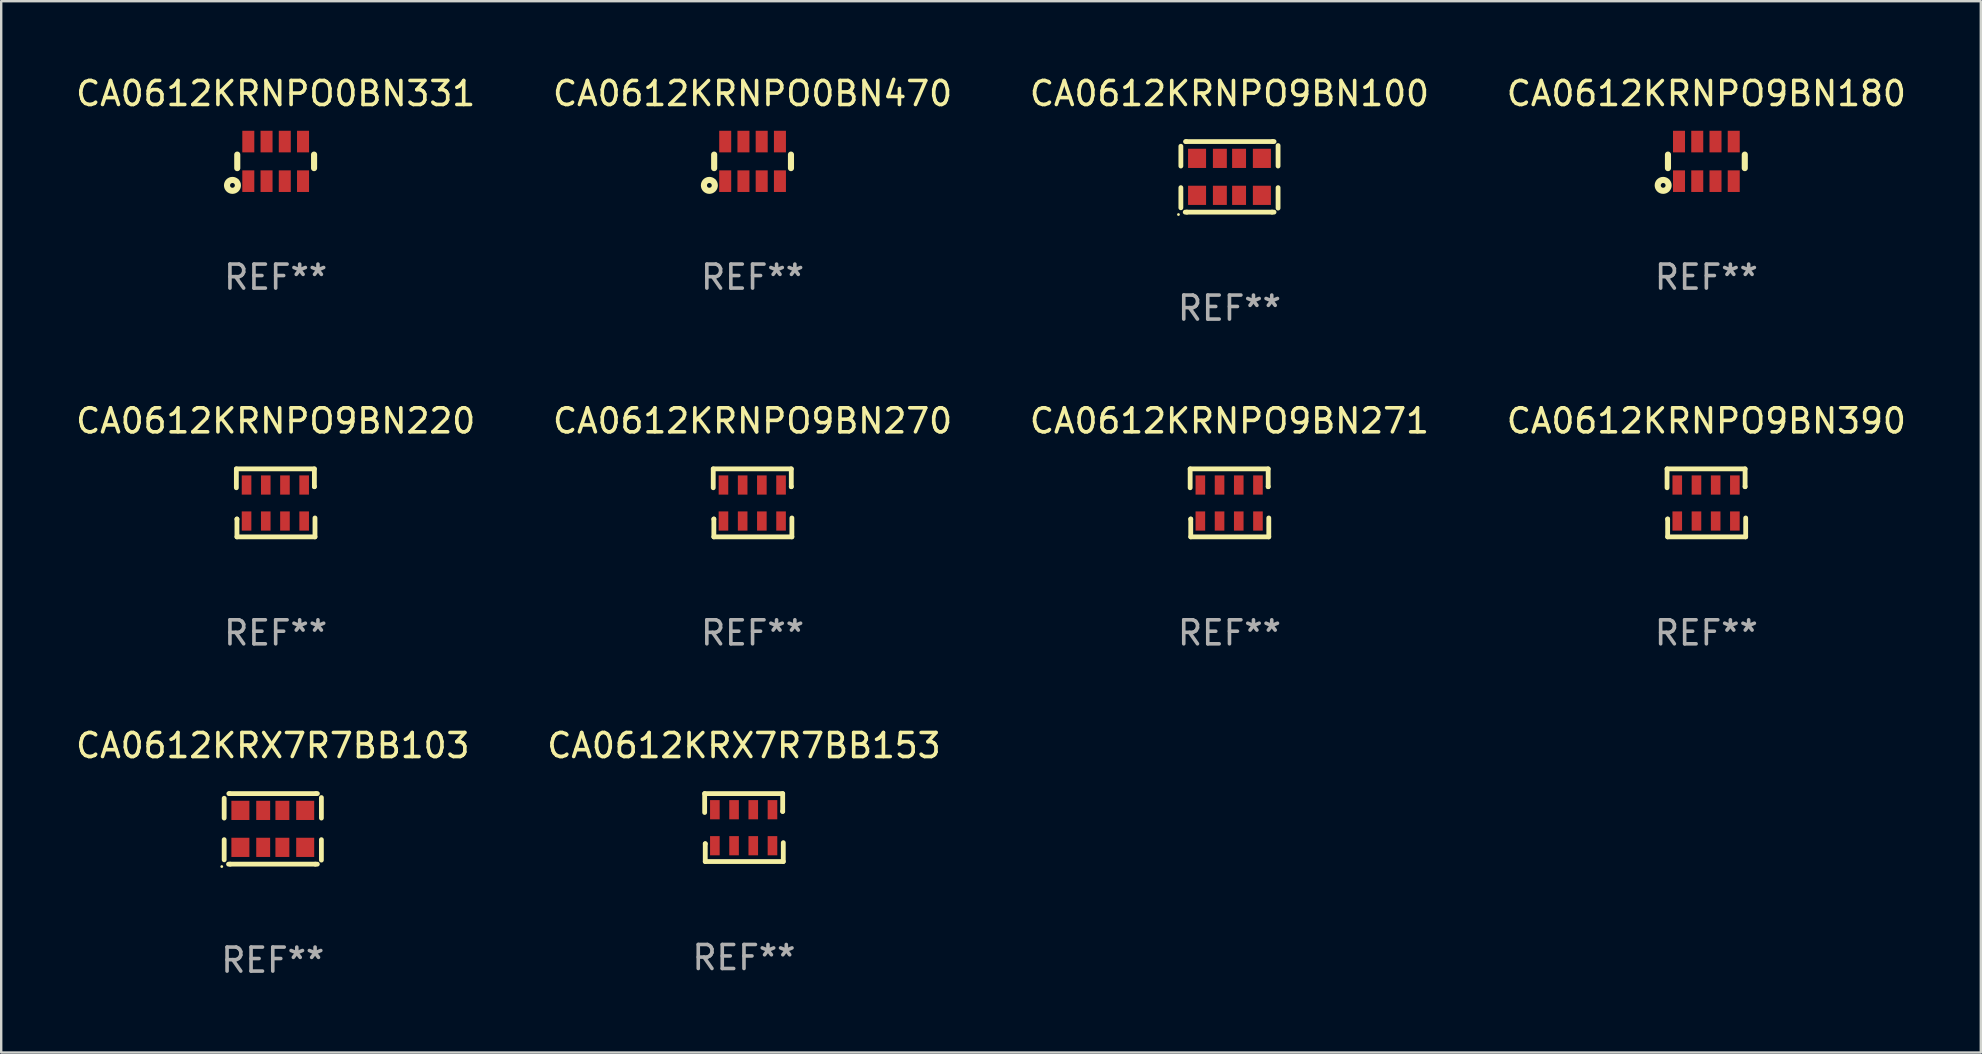
<source format=kicad_pcb>
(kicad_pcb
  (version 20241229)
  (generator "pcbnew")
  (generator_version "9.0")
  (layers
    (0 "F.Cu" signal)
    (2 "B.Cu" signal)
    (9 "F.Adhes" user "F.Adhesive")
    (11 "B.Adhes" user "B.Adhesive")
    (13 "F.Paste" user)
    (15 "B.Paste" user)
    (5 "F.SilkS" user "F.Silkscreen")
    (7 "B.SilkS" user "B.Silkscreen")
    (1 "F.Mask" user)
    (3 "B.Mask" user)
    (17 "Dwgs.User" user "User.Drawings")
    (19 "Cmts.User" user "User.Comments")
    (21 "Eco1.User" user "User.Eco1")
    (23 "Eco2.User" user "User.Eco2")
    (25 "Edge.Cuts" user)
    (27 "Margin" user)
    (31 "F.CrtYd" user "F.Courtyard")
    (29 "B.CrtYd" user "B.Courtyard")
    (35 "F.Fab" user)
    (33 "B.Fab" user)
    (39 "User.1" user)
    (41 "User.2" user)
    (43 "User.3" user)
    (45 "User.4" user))
  (footprint "CA0612KRNPO9BN220"
    (layer "F.Cu")
    (at 8.435 17.901)
    (property "Reference" "CA0612KRNPO9BN220" (at 0 -3.416 0) (layer "F.SilkS") (effects (font (size 1 1) (thickness 0.15))))
    (attr through_hole)
    (fp_line (start -1.638 -1.416) (end 1.613 -1.416) (stroke (width 0.2) (type solid)) (layer "F.SilkS"))
    (fp_line (start -1.638 -0.629) (end -1.638 -1.416) (stroke (width 0.2) (type solid)) (layer "F.SilkS"))
    (fp_line (start -1.613 0.673) (end -1.613 0.68) (stroke (width 0.2) (type solid)) (layer "F.SilkS"))
    (fp_line (start -1.613 1.416) (end -1.613 0.673) (stroke (width 0.2) (type solid)) (layer "F.SilkS"))
    (fp_line (start 1.613 -1.416) (end 1.613 -0.673) (stroke (width 0.2) (type solid)) (layer "F.SilkS"))
    (fp_line (start 1.613 -0.673) (end 1.613 -0.68) (stroke (width 0.2) (type solid)) (layer "F.SilkS"))
    (fp_line (start 1.638 0.629) (end 1.638 1.416) (stroke (width 0.2) (type solid)) (layer "F.SilkS"))
    (fp_line (start 1.638 1.416) (end -1.613 1.416) (stroke (width 0.2) (type solid)) (layer "F.SilkS"))
    (fp_circle (center -1.613 0.806) (end -1.583 0.806) (stroke (width 0.06) (type solid)) (fill no) (layer "F.SilkS"))
    (fp_text user "REF**" (at 0 5.416 0) (layer "F.Fab") (effects (font (size 1 1) (thickness 0.15))))
    (pad "1" smd rect (at -1.213 0.756 90) (size 0.8 0.4) (layers "F.Cu" "F.Mask" "F.Paste"))
    (pad "2" smd rect (at -0.413 0.756 90) (size 0.8 0.4) (layers "F.Cu" "F.Mask" "F.Paste"))
    (pad "3" smd rect (at 0.387 0.756 90) (size 0.8 0.4) (layers "F.Cu" "F.Mask" "F.Paste"))
    (pad "4" smd rect (at 1.187 0.756 90) (size 0.8 0.4) (layers "F.Cu" "F.Mask" "F.Paste"))
    (pad "5" smd rect (at 1.187 -0.744 90) (size 0.8 0.4) (layers "F.Cu" "F.Mask" "F.Paste"))
    (pad "6" smd rect (at 0.387 -0.744 90) (size 0.8 0.4) (layers "F.Cu" "F.Mask" "F.Paste"))
    (pad "7" smd rect (at -0.413 -0.744 90) (size 0.8 0.4) (layers "F.Cu" "F.Mask" "F.Paste"))
    (pad "8" smd rect (at -1.213 -0.744 90) (size 0.8 0.4) (layers "F.Cu" "F.Mask" "F.Paste")))
  (footprint "CA0612KRNPO0BN470"
    (layer "F.Cu")
    (at 28.304 3.673)
    (property "Reference" "CA0612KRNPO0BN470" (at 0 -2.825 0) (layer "F.SilkS") (effects (font (size 1 1) (thickness 0.15))))
    (attr through_hole)
    (fp_line (start -1.6 -0.282) (end -1.6 0.282) (stroke (width 0.254) (type solid)) (layer "F.SilkS"))
    (fp_line (start 1.6 -0.282) (end 1.6 0.282) (stroke (width 0.254) (type solid)) (layer "F.SilkS"))
    (fp_circle (center -1.8 1) (end -1.7 1) (stroke (width 0.254) (type solid)) (fill no) (layer "F.SilkS"))
    (fp_circle (center -1.6 0.8) (end -1.57 0.8) (stroke (width 0.06) (type solid)) (fill no) (layer "F.SilkS"))
    (fp_text user "REF**" (at 0 4.825 0) (layer "F.Fab") (effects (font (size 1 1) (thickness 0.15))))
    (pad "1" smd rect (at -1.14 0.825 90) (size 0.9 0.5) (layers "F.Cu" "F.Mask" "F.Paste"))
    (pad "2" smd rect (at -0.38 0.825 90) (size 0.9 0.5) (layers "F.Cu" "F.Mask" "F.Paste"))
    (pad "3" smd rect (at 0.38 0.825 90) (size 0.9 0.5) (layers "F.Cu" "F.Mask" "F.Paste"))
    (pad "4" smd rect (at 1.14 0.825 90) (size 0.9 0.5) (layers "F.Cu" "F.Mask" "F.Paste"))
    (pad "5" smd rect (at 1.14 -0.825 90) (size 0.9 0.5) (layers "F.Cu" "F.Mask" "F.Paste"))
    (pad "6" smd rect (at 0.38 -0.825 90) (size 0.9 0.5) (layers "F.Cu" "F.Mask" "F.Paste"))
    (pad "7" smd rect (at -0.38 -0.825 90) (size 0.9 0.5) (layers "F.Cu" "F.Mask" "F.Paste"))
    (pad "8" smd rect (at -1.14 -0.825 90) (size 0.9 0.5) (layers "F.Cu" "F.Mask" "F.Paste")))
  (footprint "CA0612KRNPO0BN331"
    (layer "F.Cu")
    (at 8.435 3.673)
    (property "Reference" "CA0612KRNPO0BN331" (at 0 -2.825 0) (layer "F.SilkS") (effects (font (size 1 1) (thickness 0.15))))
    (attr through_hole)
    (fp_line (start -1.6 -0.282) (end -1.6 0.282) (stroke (width 0.254) (type solid)) (layer "F.SilkS"))
    (fp_line (start 1.6 -0.282) (end 1.6 0.282) (stroke (width 0.254) (type solid)) (layer "F.SilkS"))
    (fp_circle (center -1.8 1) (end -1.7 1) (stroke (width 0.254) (type solid)) (fill no) (layer "F.SilkS"))
    (fp_circle (center -1.6 0.8) (end -1.57 0.8) (stroke (width 0.06) (type solid)) (fill no) (layer "F.SilkS"))
    (fp_text user "REF**" (at 0 4.825 0) (layer "F.Fab") (effects (font (size 1 1) (thickness 0.15))))
    (pad "1" smd rect (at -1.14 0.825 90) (size 0.9 0.5) (layers "F.Cu" "F.Mask" "F.Paste"))
    (pad "2" smd rect (at -0.38 0.825 90) (size 0.9 0.5) (layers "F.Cu" "F.Mask" "F.Paste"))
    (pad "3" smd rect (at 0.38 0.825 90) (size 0.9 0.5) (layers "F.Cu" "F.Mask" "F.Paste"))
    (pad "4" smd rect (at 1.14 0.825 90) (size 0.9 0.5) (layers "F.Cu" "F.Mask" "F.Paste"))
    (pad "5" smd rect (at 1.14 -0.825 90) (size 0.9 0.5) (layers "F.Cu" "F.Mask" "F.Paste"))
    (pad "6" smd rect (at 0.38 -0.825 90) (size 0.9 0.5) (layers "F.Cu" "F.Mask" "F.Paste"))
    (pad "7" smd rect (at -0.38 -0.825 90) (size 0.9 0.5) (layers "F.Cu" "F.Mask" "F.Paste"))
    (pad "8" smd rect (at -1.14 -0.825 90) (size 0.9 0.5) (layers "F.Cu" "F.Mask" "F.Paste")))
  (footprint "CA0612KRX7R7BB153"
    (layer "F.Cu")
    (at 27.946 31.429)
    (property "Reference" "CA0612KRX7R7BB153" (at 0 -3.416 0) (layer "F.SilkS") (effects (font (size 1 1) (thickness 0.15))))
    (attr through_hole)
    (fp_line (start -1.638 -1.416) (end 1.613 -1.416) (stroke (width 0.2) (type solid)) (layer "F.SilkS"))
    (fp_line (start -1.638 -0.629) (end -1.638 -1.416) (stroke (width 0.2) (type solid)) (layer "F.SilkS"))
    (fp_line (start -1.613 0.673) (end -1.613 0.68) (stroke (width 0.2) (type solid)) (layer "F.SilkS"))
    (fp_line (start -1.613 1.416) (end -1.613 0.673) (stroke (width 0.2) (type solid)) (layer "F.SilkS"))
    (fp_line (start 1.613 -1.416) (end 1.613 -0.673) (stroke (width 0.2) (type solid)) (layer "F.SilkS"))
    (fp_line (start 1.613 -0.673) (end 1.613 -0.68) (stroke (width 0.2) (type solid)) (layer "F.SilkS"))
    (fp_line (start 1.638 0.629) (end 1.638 1.416) (stroke (width 0.2) (type solid)) (layer "F.SilkS"))
    (fp_line (start 1.638 1.416) (end -1.613 1.416) (stroke (width 0.2) (type solid)) (layer "F.SilkS"))
    (fp_circle (center -1.613 0.806) (end -1.583 0.806) (stroke (width 0.06) (type solid)) (fill no) (layer "F.SilkS"))
    (fp_text user "REF**" (at 0 5.416 0) (layer "F.Fab") (effects (font (size 1 1) (thickness 0.15))))
    (pad "1" smd rect (at -1.213 0.756 90) (size 0.8 0.4) (layers "F.Cu" "F.Mask" "F.Paste"))
    (pad "2" smd rect (at -0.413 0.756 90) (size 0.8 0.4) (layers "F.Cu" "F.Mask" "F.Paste"))
    (pad "3" smd rect (at 0.387 0.756 90) (size 0.8 0.4) (layers "F.Cu" "F.Mask" "F.Paste"))
    (pad "4" smd rect (at 1.187 0.756 90) (size 0.8 0.4) (layers "F.Cu" "F.Mask" "F.Paste"))
    (pad "5" smd rect (at 1.187 -0.744 90) (size 0.8 0.4) (layers "F.Cu" "F.Mask" "F.Paste"))
    (pad "6" smd rect (at 0.387 -0.744 90) (size 0.8 0.4) (layers "F.Cu" "F.Mask" "F.Paste"))
    (pad "7" smd rect (at -0.413 -0.744 90) (size 0.8 0.4) (layers "F.Cu" "F.Mask" "F.Paste"))
    (pad "8" smd rect (at -1.213 -0.744 90) (size 0.8 0.4) (layers "F.Cu" "F.Mask" "F.Paste")))
  (footprint "CA0612KRNPO9BN390"
    (layer "F.Cu")
    (at 68.042 17.901)
    (property "Reference" "CA0612KRNPO9BN390" (at 0 -3.416 0) (layer "F.SilkS") (effects (font (size 1 1) (thickness 0.15))))
    (attr through_hole)
    (fp_line (start -1.638 -1.416) (end 1.613 -1.416) (stroke (width 0.2) (type solid)) (layer "F.SilkS"))
    (fp_line (start -1.638 -0.629) (end -1.638 -1.416) (stroke (width 0.2) (type solid)) (layer "F.SilkS"))
    (fp_line (start -1.613 0.673) (end -1.613 0.68) (stroke (width 0.2) (type solid)) (layer "F.SilkS"))
    (fp_line (start -1.613 1.416) (end -1.613 0.673) (stroke (width 0.2) (type solid)) (layer "F.SilkS"))
    (fp_line (start 1.613 -1.416) (end 1.613 -0.673) (stroke (width 0.2) (type solid)) (layer "F.SilkS"))
    (fp_line (start 1.613 -0.673) (end 1.613 -0.68) (stroke (width 0.2) (type solid)) (layer "F.SilkS"))
    (fp_line (start 1.638 0.629) (end 1.638 1.416) (stroke (width 0.2) (type solid)) (layer "F.SilkS"))
    (fp_line (start 1.638 1.416) (end -1.613 1.416) (stroke (width 0.2) (type solid)) (layer "F.SilkS"))
    (fp_circle (center -1.613 0.806) (end -1.583 0.806) (stroke (width 0.06) (type solid)) (fill no) (layer "F.SilkS"))
    (fp_text user "REF**" (at 0 5.416 0) (layer "F.Fab") (effects (font (size 1 1) (thickness 0.15))))
    (pad "1" smd rect (at -1.213 0.756 90) (size 0.8 0.4) (layers "F.Cu" "F.Mask" "F.Paste"))
    (pad "2" smd rect (at -0.413 0.756 90) (size 0.8 0.4) (layers "F.Cu" "F.Mask" "F.Paste"))
    (pad "3" smd rect (at 0.387 0.756 90) (size 0.8 0.4) (layers "F.Cu" "F.Mask" "F.Paste"))
    (pad "4" smd rect (at 1.187 0.756 90) (size 0.8 0.4) (layers "F.Cu" "F.Mask" "F.Paste"))
    (pad "5" smd rect (at 1.187 -0.744 90) (size 0.8 0.4) (layers "F.Cu" "F.Mask" "F.Paste"))
    (pad "6" smd rect (at 0.387 -0.744 90) (size 0.8 0.4) (layers "F.Cu" "F.Mask" "F.Paste"))
    (pad "7" smd rect (at -0.413 -0.744 90) (size 0.8 0.4) (layers "F.Cu" "F.Mask" "F.Paste"))
    (pad "8" smd rect (at -1.213 -0.744 90) (size 0.8 0.4) (layers "F.Cu" "F.Mask" "F.Paste")))
  (footprint "CA0612KRNPO9BN100"
    (layer "F.Cu")
    (at 48.173 4.318)
    (property "Reference" "CA0612KRNPO9BN100" (at 0 -3.47 0) (layer "F.SilkS") (effects (font (size 1 1) (thickness 0.15))))
    (attr through_hole)
    (fp_line (start -2.025 -0.45) (end -2.025 -1.276) (stroke (width 0.2) (type solid)) (layer "F.SilkS"))
    (fp_line (start -2.025 0.45) (end -2.025 1.289) (stroke (width 0.2) (type solid)) (layer "F.SilkS"))
    (fp_line (start -1.844 1.47) (end -1.775 1.47) (stroke (width 0.2) (type solid)) (layer "F.SilkS"))
    (fp_line (start -1.831 -1.47) (end -1.801 -1.47) (stroke (width 0.2) (type solid)) (layer "F.SilkS"))
    (fp_line (start -1.801 -1.47) (end 1.802 -1.47) (stroke (width 0.2) (type solid)) (layer "F.SilkS"))
    (fp_line (start -1.775 1.47) (end 1.774 1.47) (stroke (width 0.2) (type solid)) (layer "F.SilkS"))
    (fp_line (start 1.774 1.47) (end 1.857 1.47) (stroke (width 0.2) (type solid)) (layer "F.SilkS"))
    (fp_line (start 1.802 -1.47) (end 1.859 -1.47) (stroke (width 0.2) (type solid)) (layer "F.SilkS"))
    (fp_line (start 2.025 -1.304) (end 2.025 -0.45) (stroke (width 0.2) (type solid)) (layer "F.SilkS"))
    (fp_line (start 2.025 1.302) (end 2.025 0.45) (stroke (width 0.2) (type solid)) (layer "F.SilkS"))
    (fp_circle (center -2.125 1.57) (end -2.095 1.57) (stroke (width 0.06) (type solid)) (fill no) (layer "F.SilkS"))
    (fp_text user "REF**" (at 0 5.47 0) (layer "F.Fab") (effects (font (size 1 1) (thickness 0.15))))
    (pad "1" smd rect (at -1.35 0.77 90) (size 0.8 0.75) (layers "F.Cu" "F.Mask" "F.Paste"))
    (pad "2" smd rect (at -0.4 0.77 90) (size 0.8 0.58) (layers "F.Cu" "F.Mask" "F.Paste"))
    (pad "3" smd rect (at 0.4 0.77 90) (size 0.8 0.58) (layers "F.Cu" "F.Mask" "F.Paste"))
    (pad "4" smd rect (at 1.35 0.77 90) (size 0.8 0.75) (layers "F.Cu" "F.Mask" "F.Paste"))
    (pad "5" smd rect (at 1.35 -0.77 90) (size 0.8 0.75) (layers "F.Cu" "F.Mask" "F.Paste"))
    (pad "6" smd rect (at 0.4 -0.77 90) (size 0.8 0.58) (layers "F.Cu" "F.Mask" "F.Paste"))
    (pad "7" smd rect (at -0.4 -0.77 90) (size 0.8 0.58) (layers "F.Cu" "F.Mask" "F.Paste"))
    (pad "8" smd rect (at -1.35 -0.77 90) (size 0.8 0.75) (layers "F.Cu" "F.Mask" "F.Paste")))
  (footprint "CA0612KRX7R7BB103"
    (layer "F.Cu")
    (at 8.315 31.483)
    (property "Reference" "CA0612KRX7R7BB103" (at 0 -3.47 0) (layer "F.SilkS") (effects (font (size 1 1) (thickness 0.15))))
    (attr through_hole)
    (fp_line (start -2.025 -0.45) (end -2.025 -1.276) (stroke (width 0.2) (type solid)) (layer "F.SilkS"))
    (fp_line (start -2.025 0.45) (end -2.025 1.289) (stroke (width 0.2) (type solid)) (layer "F.SilkS"))
    (fp_line (start -1.844 1.47) (end -1.775 1.47) (stroke (width 0.2) (type solid)) (layer "F.SilkS"))
    (fp_line (start -1.831 -1.47) (end -1.801 -1.47) (stroke (width 0.2) (type solid)) (layer "F.SilkS"))
    (fp_line (start -1.801 -1.47) (end 1.802 -1.47) (stroke (width 0.2) (type solid)) (layer "F.SilkS"))
    (fp_line (start -1.775 1.47) (end 1.774 1.47) (stroke (width 0.2) (type solid)) (layer "F.SilkS"))
    (fp_line (start 1.774 1.47) (end 1.857 1.47) (stroke (width 0.2) (type solid)) (layer "F.SilkS"))
    (fp_line (start 1.802 -1.47) (end 1.859 -1.47) (stroke (width 0.2) (type solid)) (layer "F.SilkS"))
    (fp_line (start 2.025 -1.304) (end 2.025 -0.45) (stroke (width 0.2) (type solid)) (layer "F.SilkS"))
    (fp_line (start 2.025 1.302) (end 2.025 0.45) (stroke (width 0.2) (type solid)) (layer "F.SilkS"))
    (fp_circle (center -2.125 1.57) (end -2.095 1.57) (stroke (width 0.06) (type solid)) (fill no) (layer "F.SilkS"))
    (fp_text user "REF**" (at 0 5.47 0) (layer "F.Fab") (effects (font (size 1 1) (thickness 0.15))))
    (pad "1" smd rect (at -1.35 0.77 90) (size 0.8 0.75) (layers "F.Cu" "F.Mask" "F.Paste"))
    (pad "2" smd rect (at -0.4 0.77 90) (size 0.8 0.58) (layers "F.Cu" "F.Mask" "F.Paste"))
    (pad "3" smd rect (at 0.4 0.77 90) (size 0.8 0.58) (layers "F.Cu" "F.Mask" "F.Paste"))
    (pad "4" smd rect (at 1.35 0.77 90) (size 0.8 0.75) (layers "F.Cu" "F.Mask" "F.Paste"))
    (pad "5" smd rect (at 1.35 -0.77 90) (size 0.8 0.75) (layers "F.Cu" "F.Mask" "F.Paste"))
    (pad "6" smd rect (at 0.4 -0.77 90) (size 0.8 0.58) (layers "F.Cu" "F.Mask" "F.Paste"))
    (pad "7" smd rect (at -0.4 -0.77 90) (size 0.8 0.58) (layers "F.Cu" "F.Mask" "F.Paste"))
    (pad "8" smd rect (at -1.35 -0.77 90) (size 0.8 0.75) (layers "F.Cu" "F.Mask" "F.Paste")))
  (footprint "CA0612KRNPO9BN270"
    (layer "F.Cu")
    (at 28.304 17.901)
    (property "Reference" "CA0612KRNPO9BN270" (at 0 -3.416 0) (layer "F.SilkS") (effects (font (size 1 1) (thickness 0.15))))
    (attr through_hole)
    (fp_line (start -1.638 -1.416) (end 1.613 -1.416) (stroke (width 0.2) (type solid)) (layer "F.SilkS"))
    (fp_line (start -1.638 -0.629) (end -1.638 -1.416) (stroke (width 0.2) (type solid)) (layer "F.SilkS"))
    (fp_line (start -1.613 0.673) (end -1.613 0.68) (stroke (width 0.2) (type solid)) (layer "F.SilkS"))
    (fp_line (start -1.613 1.416) (end -1.613 0.673) (stroke (width 0.2) (type solid)) (layer "F.SilkS"))
    (fp_line (start 1.613 -1.416) (end 1.613 -0.673) (stroke (width 0.2) (type solid)) (layer "F.SilkS"))
    (fp_line (start 1.613 -0.673) (end 1.613 -0.68) (stroke (width 0.2) (type solid)) (layer "F.SilkS"))
    (fp_line (start 1.638 0.629) (end 1.638 1.416) (stroke (width 0.2) (type solid)) (layer "F.SilkS"))
    (fp_line (start 1.638 1.416) (end -1.613 1.416) (stroke (width 0.2) (type solid)) (layer "F.SilkS"))
    (fp_circle (center -1.613 0.806) (end -1.583 0.806) (stroke (width 0.06) (type solid)) (fill no) (layer "F.SilkS"))
    (fp_text user "REF**" (at 0 5.416 0) (layer "F.Fab") (effects (font (size 1 1) (thickness 0.15))))
    (pad "1" smd rect (at -1.213 0.756 90) (size 0.8 0.4) (layers "F.Cu" "F.Mask" "F.Paste"))
    (pad "2" smd rect (at -0.413 0.756 90) (size 0.8 0.4) (layers "F.Cu" "F.Mask" "F.Paste"))
    (pad "3" smd rect (at 0.387 0.756 90) (size 0.8 0.4) (layers "F.Cu" "F.Mask" "F.Paste"))
    (pad "4" smd rect (at 1.187 0.756 90) (size 0.8 0.4) (layers "F.Cu" "F.Mask" "F.Paste"))
    (pad "5" smd rect (at 1.187 -0.744 90) (size 0.8 0.4) (layers "F.Cu" "F.Mask" "F.Paste"))
    (pad "6" smd rect (at 0.387 -0.744 90) (size 0.8 0.4) (layers "F.Cu" "F.Mask" "F.Paste"))
    (pad "7" smd rect (at -0.413 -0.744 90) (size 0.8 0.4) (layers "F.Cu" "F.Mask" "F.Paste"))
    (pad "8" smd rect (at -1.213 -0.744 90) (size 0.8 0.4) (layers "F.Cu" "F.Mask" "F.Paste")))
  (footprint "CA0612KRNPO9BN180"
    (layer "F.Cu")
    (at 68.042 3.673)
    (property "Reference" "CA0612KRNPO9BN180" (at 0 -2.825 0) (layer "F.SilkS") (effects (font (size 1 1) (thickness 0.15))))
    (attr through_hole)
    (fp_line (start -1.6 -0.282) (end -1.6 0.282) (stroke (width 0.254) (type solid)) (layer "F.SilkS"))
    (fp_line (start 1.6 -0.282) (end 1.6 0.282) (stroke (width 0.254) (type solid)) (layer "F.SilkS"))
    (fp_circle (center -1.8 1) (end -1.7 1) (stroke (width 0.254) (type solid)) (fill no) (layer "F.SilkS"))
    (fp_circle (center -1.6 0.8) (end -1.57 0.8) (stroke (width 0.06) (type solid)) (fill no) (layer "F.SilkS"))
    (fp_text user "REF**" (at 0 4.825 0) (layer "F.Fab") (effects (font (size 1 1) (thickness 0.15))))
    (pad "1" smd rect (at -1.14 0.825 90) (size 0.9 0.5) (layers "F.Cu" "F.Mask" "F.Paste"))
    (pad "2" smd rect (at -0.38 0.825 90) (size 0.9 0.5) (layers "F.Cu" "F.Mask" "F.Paste"))
    (pad "3" smd rect (at 0.38 0.825 90) (size 0.9 0.5) (layers "F.Cu" "F.Mask" "F.Paste"))
    (pad "4" smd rect (at 1.14 0.825 90) (size 0.9 0.5) (layers "F.Cu" "F.Mask" "F.Paste"))
    (pad "5" smd rect (at 1.14 -0.825 90) (size 0.9 0.5) (layers "F.Cu" "F.Mask" "F.Paste"))
    (pad "6" smd rect (at 0.38 -0.825 90) (size 0.9 0.5) (layers "F.Cu" "F.Mask" "F.Paste"))
    (pad "7" smd rect (at -0.38 -0.825 90) (size 0.9 0.5) (layers "F.Cu" "F.Mask" "F.Paste"))
    (pad "8" smd rect (at -1.14 -0.825 90) (size 0.9 0.5) (layers "F.Cu" "F.Mask" "F.Paste")))
  (footprint "CA0612KRNPO9BN271"
    (layer "F.Cu")
    (at 48.173 17.901)
    (property "Reference" "CA0612KRNPO9BN271" (at 0 -3.416 0) (layer "F.SilkS") (effects (font (size 1 1) (thickness 0.15))))
    (attr through_hole)
    (fp_line (start -1.638 -1.416) (end 1.613 -1.416) (stroke (width 0.2) (type solid)) (layer "F.SilkS"))
    (fp_line (start -1.638 -0.629) (end -1.638 -1.416) (stroke (width 0.2) (type solid)) (layer "F.SilkS"))
    (fp_line (start -1.613 0.673) (end -1.613 0.68) (stroke (width 0.2) (type solid)) (layer "F.SilkS"))
    (fp_line (start -1.613 1.416) (end -1.613 0.673) (stroke (width 0.2) (type solid)) (layer "F.SilkS"))
    (fp_line (start 1.613 -1.416) (end 1.613 -0.673) (stroke (width 0.2) (type solid)) (layer "F.SilkS"))
    (fp_line (start 1.613 -0.673) (end 1.613 -0.68) (stroke (width 0.2) (type solid)) (layer "F.SilkS"))
    (fp_line (start 1.638 0.629) (end 1.638 1.416) (stroke (width 0.2) (type solid)) (layer "F.SilkS"))
    (fp_line (start 1.638 1.416) (end -1.613 1.416) (stroke (width 0.2) (type solid)) (layer "F.SilkS"))
    (fp_circle (center -1.613 0.806) (end -1.583 0.806) (stroke (width 0.06) (type solid)) (fill no) (layer "F.SilkS"))
    (fp_text user "REF**" (at 0 5.416 0) (layer "F.Fab") (effects (font (size 1 1) (thickness 0.15))))
    (pad "1" smd rect (at -1.213 0.756 90) (size 0.8 0.4) (layers "F.Cu" "F.Mask" "F.Paste"))
    (pad "2" smd rect (at -0.413 0.756 90) (size 0.8 0.4) (layers "F.Cu" "F.Mask" "F.Paste"))
    (pad "3" smd rect (at 0.387 0.756 90) (size 0.8 0.4) (layers "F.Cu" "F.Mask" "F.Paste"))
    (pad "4" smd rect (at 1.187 0.756 90) (size 0.8 0.4) (layers "F.Cu" "F.Mask" "F.Paste"))
    (pad "5" smd rect (at 1.187 -0.744 90) (size 0.8 0.4) (layers "F.Cu" "F.Mask" "F.Paste"))
    (pad "6" smd rect (at 0.387 -0.744 90) (size 0.8 0.4) (layers "F.Cu" "F.Mask" "F.Paste"))
    (pad "7" smd rect (at -0.413 -0.744 90) (size 0.8 0.4) (layers "F.Cu" "F.Mask" "F.Paste"))
    (pad "8" smd rect (at -1.213 -0.744 90) (size 0.8 0.4) (layers "F.Cu" "F.Mask" "F.Paste")))
  (gr_rect
    (start -3 -3)
    (end 79.476 40.802)
    (stroke (width 0.1) (type default))
    (fill no)
    (layer "Edge.Cuts")))
</source>
